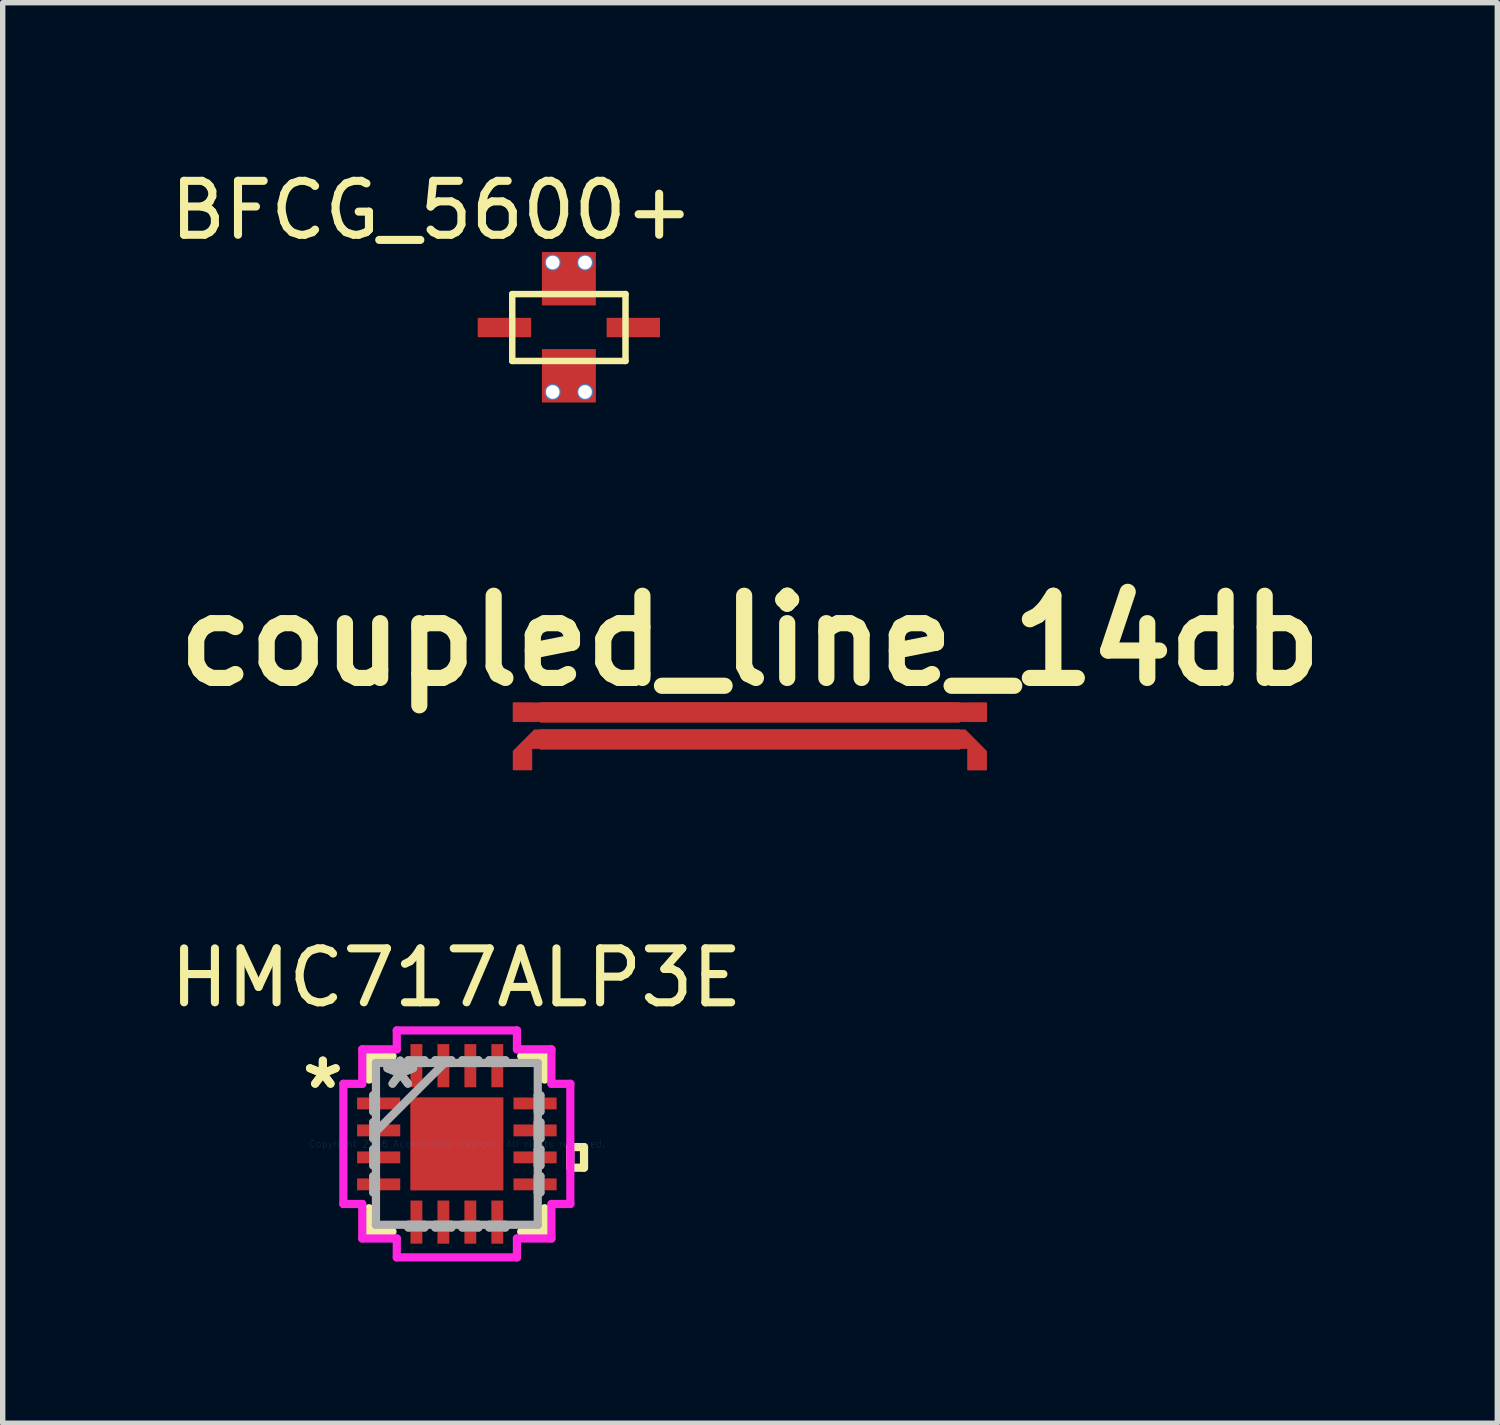
<source format=kicad_pcb>
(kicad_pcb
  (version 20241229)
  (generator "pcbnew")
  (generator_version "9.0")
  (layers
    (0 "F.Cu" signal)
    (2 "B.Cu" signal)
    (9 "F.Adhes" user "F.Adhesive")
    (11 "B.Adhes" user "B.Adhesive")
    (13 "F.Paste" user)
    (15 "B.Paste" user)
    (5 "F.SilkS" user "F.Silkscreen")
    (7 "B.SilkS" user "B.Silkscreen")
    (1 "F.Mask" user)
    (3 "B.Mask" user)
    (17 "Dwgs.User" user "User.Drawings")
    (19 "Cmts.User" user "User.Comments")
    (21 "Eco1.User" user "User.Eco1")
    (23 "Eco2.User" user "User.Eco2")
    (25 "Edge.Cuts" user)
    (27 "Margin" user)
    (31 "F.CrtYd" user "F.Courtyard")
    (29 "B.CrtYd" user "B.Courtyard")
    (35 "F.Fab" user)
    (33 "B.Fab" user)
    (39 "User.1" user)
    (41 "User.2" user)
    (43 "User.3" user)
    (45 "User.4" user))
  (footprint "BFCG_5600+"
    (layer "F.Cu")
    (at 7.498 2.118)
    (property "Reference" "BFCG_5600+" (at -2.54 -1.27 0) (layer "F.SilkS") (effects (font (size 1 1) (thickness 0.15))))
    (attr through_hole)
    (fp_line (start -1.05 0.285) (end -1.05 1.525) (stroke (width 0.12) (type solid)) (layer "F.SilkS"))
    (fp_line (start -1.05 0.285) (end 1.05 0.285) (stroke (width 0.12) (type solid)) (layer "F.SilkS"))
    (fp_line (start -1.05 1.525) (end 1.05 1.525) (stroke (width 0.12) (type solid)) (layer "F.SilkS"))
    (fp_line (start 1.05 0.285) (end 1.05 1.525) (stroke (width 0.12) (type solid)) (layer "F.SilkS"))
    (pad "1" smd rect (at -1.195 0.905) (size 0.99 0.36) (layers "F.Cu" "F.Mask" "F.Paste"))
    (pad "2" smd rect (at 0 1.8) (size 1 0.99) (layers "F.Cu" "F.Mask" "F.Paste"))
    (pad "3" smd rect (at 1.195 0.905) (size 0.99 0.36) (layers "F.Cu" "F.Mask" "F.Paste"))
    (pad "4" thru_hole circle (at -0.3 -0.3) (size 0.3 0.3) (drill 0.254) (layers "*.Cu"))
    (pad "4" thru_hole circle (at -0.3 2.1) (size 0.3 0.3) (drill 0.254) (layers "*.Cu"))
    (pad "4" smd rect (at 0 0) (size 1 0.99) (layers "F.Cu" "F.Mask" "F.Paste"))
    (pad "4" thru_hole circle (at 0.3 -0.3) (size 0.3 0.3) (drill 0.254) (layers "*.Cu"))
    (pad "4" thru_hole circle (at 0.3 2.1) (size 0.3 0.3) (drill 0.254) (layers "*.Cu")))
  (footprint "coupled_line_14db"
    (layer "F.Cu")
    (at 10.852 10.599)
    (property "Reference" "coupled_line_14db" (at 0.005 -1.768 0) (layer "F.SilkS") (effects (font (size 1.524 1.524) (thickness 0.3))))
    (attr through_hole)
    (fp_poly (pts (xy 3.89 -0.618) (xy 4.39 -0.618) (xy 4.39 -0.266) (xy 3.89 -0.266) (xy 3.89 -0.257) (xy -3.889 -0.257) (xy -3.889 -0.266) (xy -4.389 -0.266) (xy -4.389 -0.618) (xy -3.889 -0.618) (xy -3.889 -0.627) (xy 3.89 -0.627) (xy 3.89 -0.618)) (stroke (width 0.01) (type solid)) (fill yes) (layer "F.Cu"))
    (fp_poly (pts (xy 3.89 -0.117) (xy 3.997 -0.117) (xy 4.39 0.277) (xy 4.39 0.628) (xy 4.04 0.628) (xy 4.04 0.235) (xy 3.89 0.235) (xy 3.89 0.244) (xy -3.889 0.244) (xy -3.889 0.235) (xy -4.039 0.235) (xy -4.039 0.628) (xy -4.389 0.628) (xy -4.389 0.277) (xy -3.996 -0.117) (xy -3.889 -0.117) (xy -3.889 -0.126) (xy 3.89 -0.126) (xy 3.89 -0.117)) (stroke (width 0.01) (type solid)) (fill yes) (layer "F.Cu"))
    (pad "1" smd rect (at -4.215 -0.443) (size 0.352 0.352) (layers "F.Cu" "F.Mask" "F.Paste"))
    (pad "2" smd rect (at 4.22 -0.443) (size 0.352 0.352) (layers "F.Cu" "F.Mask" "F.Paste"))
    (pad "3" smd rect (at 4.218 0.455) (size 0.352 0.352) (layers "F.Cu" "F.Mask" "F.Paste"))
    (pad "4" smd rect (at -4.213 0.453) (size 0.352 0.352) (layers "F.Cu" "F.Mask" "F.Paste")))
  (footprint "HMC717ALP3E"
    (layer "F.Cu")
    (at 5.421 18.16)
    (property "Reference" "HMC717ALP3E" (at -0.01 -3.08 0) (layer "F.SilkS") (effects (font (size 1 1) (thickness 0.15))))
    (attr through_hole)
    (fp_line (start -1.627 -1.627) (end -1.627 -1.193) (stroke (width 0.152) (type solid)) (layer "F.SilkS"))
    (fp_line (start -1.627 1.193) (end -1.627 1.627) (stroke (width 0.152) (type solid)) (layer "F.SilkS"))
    (fp_line (start -1.627 1.627) (end -1.193 1.627) (stroke (width 0.152) (type solid)) (layer "F.SilkS"))
    (fp_line (start -1.193 -1.627) (end -1.627 -1.627) (stroke (width 0.152) (type solid)) (layer "F.SilkS"))
    (fp_line (start 1.193 1.627) (end 1.627 1.627) (stroke (width 0.152) (type solid)) (layer "F.SilkS"))
    (fp_line (start 1.627 -1.627) (end 1.193 -1.627) (stroke (width 0.152) (type solid)) (layer "F.SilkS"))
    (fp_line (start 1.627 -1.193) (end 1.627 -1.627) (stroke (width 0.152) (type solid)) (layer "F.SilkS"))
    (fp_line (start 1.627 1.627) (end 1.627 1.193) (stroke (width 0.152) (type solid)) (layer "F.SilkS"))
    (fp_line (start 2.104 0.059) (end 2.358 0.059) (stroke (width 0.152) (type solid)) (layer "F.SilkS"))
    (fp_line (start 2.104 0.441) (end 2.104 0.059) (stroke (width 0.152) (type solid)) (layer "F.SilkS"))
    (fp_line (start 2.358 0.059) (end 2.358 0.441) (stroke (width 0.152) (type solid)) (layer "F.SilkS"))
    (fp_line (start 2.358 0.441) (end 2.104 0.441) (stroke (width 0.152) (type solid)) (layer "F.SilkS"))
    (fp_line (start -0.863 -0.863) (end -0.863 0.863) (stroke (width 0.152) (type solid)) (layer "F.Paste"))
    (fp_line (start -0.863 0.863) (end 0.863 0.863) (stroke (width 0.152) (type solid)) (layer "F.Paste"))
    (fp_line (start 0.863 -0.863) (end -0.863 -0.863) (stroke (width 0.152) (type solid)) (layer "F.Paste"))
    (fp_line (start 0.863 0.863) (end 0.863 -0.863) (stroke (width 0.152) (type solid)) (layer "F.Paste"))
    (fp_line (start -2.104 -1.114) (end -1.754 -1.114) (stroke (width 0.152) (type solid)) (layer "F.CrtYd"))
    (fp_line (start -2.104 1.114) (end -2.104 -1.114) (stroke (width 0.152) (type solid)) (layer "F.CrtYd"))
    (fp_line (start -1.754 -1.754) (end -1.114 -1.754) (stroke (width 0.152) (type solid)) (layer "F.CrtYd"))
    (fp_line (start -1.754 -1.114) (end -1.754 -1.754) (stroke (width 0.152) (type solid)) (layer "F.CrtYd"))
    (fp_line (start -1.754 1.114) (end -2.104 1.114) (stroke (width 0.152) (type solid)) (layer "F.CrtYd"))
    (fp_line (start -1.754 1.754) (end -1.754 1.114) (stroke (width 0.152) (type solid)) (layer "F.CrtYd"))
    (fp_line (start -1.114 -2.104) (end 1.114 -2.104) (stroke (width 0.152) (type solid)) (layer "F.CrtYd"))
    (fp_line (start -1.114 -1.754) (end -1.114 -2.104) (stroke (width 0.152) (type solid)) (layer "F.CrtYd"))
    (fp_line (start -1.114 1.754) (end -1.754 1.754) (stroke (width 0.152) (type solid)) (layer "F.CrtYd"))
    (fp_line (start -1.114 2.104) (end -1.114 1.754) (stroke (width 0.152) (type solid)) (layer "F.CrtYd"))
    (fp_line (start 1.114 -2.104) (end 1.114 -1.754) (stroke (width 0.152) (type solid)) (layer "F.CrtYd"))
    (fp_line (start 1.114 -1.754) (end 1.754 -1.754) (stroke (width 0.152) (type solid)) (layer "F.CrtYd"))
    (fp_line (start 1.114 1.754) (end 1.114 2.104) (stroke (width 0.152) (type solid)) (layer "F.CrtYd"))
    (fp_line (start 1.114 2.104) (end -1.114 2.104) (stroke (width 0.152) (type solid)) (layer "F.CrtYd"))
    (fp_line (start 1.754 -1.754) (end 1.754 -1.114) (stroke (width 0.152) (type solid)) (layer "F.CrtYd"))
    (fp_line (start 1.754 -1.114) (end 2.104 -1.114) (stroke (width 0.152) (type solid)) (layer "F.CrtYd"))
    (fp_line (start 1.754 1.114) (end 1.754 1.754) (stroke (width 0.152) (type solid)) (layer "F.CrtYd"))
    (fp_line (start 1.754 1.754) (end 1.114 1.754) (stroke (width 0.152) (type solid)) (layer "F.CrtYd"))
    (fp_line (start 2.104 -1.114) (end 2.104 1.114) (stroke (width 0.152) (type solid)) (layer "F.CrtYd"))
    (fp_line (start 2.104 1.114) (end 1.754 1.114) (stroke (width 0.152) (type solid)) (layer "F.CrtYd"))
    (fp_line (start -1.55 -0.9) (end -1.55 -0.6) (stroke (width 0.152) (type solid)) (layer "F.Fab"))
    (fp_line (start -1.55 -0.6) (end -1.5 -0.6) (stroke (width 0.152) (type solid)) (layer "F.Fab"))
    (fp_line (start -1.55 -0.4) (end -1.55 -0.1) (stroke (width 0.152) (type solid)) (layer "F.Fab"))
    (fp_line (start -1.55 -0.1) (end -1.5 -0.1) (stroke (width 0.152) (type solid)) (layer "F.Fab"))
    (fp_line (start -1.55 0.1) (end -1.55 0.4) (stroke (width 0.152) (type solid)) (layer "F.Fab"))
    (fp_line (start -1.55 0.4) (end -1.5 0.4) (stroke (width 0.152) (type solid)) (layer "F.Fab"))
    (fp_line (start -1.55 0.6) (end -1.55 0.9) (stroke (width 0.152) (type solid)) (layer "F.Fab"))
    (fp_line (start -1.55 0.9) (end -1.5 0.9) (stroke (width 0.152) (type solid)) (layer "F.Fab"))
    (fp_line (start -1.5 -1.5) (end -1.5 -1.5) (stroke (width 0.152) (type solid)) (layer "F.Fab"))
    (fp_line (start -1.5 -1.5) (end -1.5 1.5) (stroke (width 0.152) (type solid)) (layer "F.Fab"))
    (fp_line (start -1.5 -0.9) (end -1.55 -0.9) (stroke (width 0.152) (type solid)) (layer "F.Fab"))
    (fp_line (start -1.5 -0.6) (end -1.5 -0.9) (stroke (width 0.152) (type solid)) (layer "F.Fab"))
    (fp_line (start -1.5 -0.4) (end -1.55 -0.4) (stroke (width 0.152) (type solid)) (layer "F.Fab"))
    (fp_line (start -1.5 -0.23) (end -0.23 -1.5) (stroke (width 0.152) (type solid)) (layer "F.Fab"))
    (fp_line (start -1.5 -0.1) (end -1.5 -0.4) (stroke (width 0.152) (type solid)) (layer "F.Fab"))
    (fp_line (start -1.5 0.1) (end -1.55 0.1) (stroke (width 0.152) (type solid)) (layer "F.Fab"))
    (fp_line (start -1.5 0.4) (end -1.5 0.1) (stroke (width 0.152) (type solid)) (layer "F.Fab"))
    (fp_line (start -1.5 0.6) (end -1.55 0.6) (stroke (width 0.152) (type solid)) (layer "F.Fab"))
    (fp_line (start -1.5 0.9) (end -1.5 0.6) (stroke (width 0.152) (type solid)) (layer "F.Fab"))
    (fp_line (start -1.5 1.5) (end -1.5 1.5) (stroke (width 0.152) (type solid)) (layer "F.Fab"))
    (fp_line (start -1.5 1.5) (end 1.5 1.5) (stroke (width 0.152) (type solid)) (layer "F.Fab"))
    (fp_line (start -0.9 -1.55) (end -0.9 -1.5) (stroke (width 0.152) (type solid)) (layer "F.Fab"))
    (fp_line (start -0.9 -1.5) (end -0.6 -1.5) (stroke (width 0.152) (type solid)) (layer "F.Fab"))
    (fp_line (start -0.9 1.5) (end -0.9 1.55) (stroke (width 0.152) (type solid)) (layer "F.Fab"))
    (fp_line (start -0.9 1.55) (end -0.6 1.55) (stroke (width 0.152) (type solid)) (layer "F.Fab"))
    (fp_line (start -0.6 -1.55) (end -0.9 -1.55) (stroke (width 0.152) (type solid)) (layer "F.Fab"))
    (fp_line (start -0.6 -1.5) (end -0.6 -1.55) (stroke (width 0.152) (type solid)) (layer "F.Fab"))
    (fp_line (start -0.6 1.5) (end -0.9 1.5) (stroke (width 0.152) (type solid)) (layer "F.Fab"))
    (fp_line (start -0.6 1.55) (end -0.6 1.5) (stroke (width 0.152) (type solid)) (layer "F.Fab"))
    (fp_line (start -0.4 -1.55) (end -0.4 -1.5) (stroke (width 0.152) (type solid)) (layer "F.Fab"))
    (fp_line (start -0.4 -1.5) (end -0.1 -1.5) (stroke (width 0.152) (type solid)) (layer "F.Fab"))
    (fp_line (start -0.4 1.5) (end -0.4 1.55) (stroke (width 0.152) (type solid)) (layer "F.Fab"))
    (fp_line (start -0.4 1.55) (end -0.1 1.55) (stroke (width 0.152) (type solid)) (layer "F.Fab"))
    (fp_line (start -0.1 -1.55) (end -0.4 -1.55) (stroke (width 0.152) (type solid)) (layer "F.Fab"))
    (fp_line (start -0.1 -1.5) (end -0.1 -1.55) (stroke (width 0.152) (type solid)) (layer "F.Fab"))
    (fp_line (start -0.1 1.5) (end -0.4 1.5) (stroke (width 0.152) (type solid)) (layer "F.Fab"))
    (fp_line (start -0.1 1.55) (end -0.1 1.5) (stroke (width 0.152) (type solid)) (layer "F.Fab"))
    (fp_line (start 0.1 -1.55) (end 0.1 -1.5) (stroke (width 0.152) (type solid)) (layer "F.Fab"))
    (fp_line (start 0.1 -1.5) (end 0.4 -1.5) (stroke (width 0.152) (type solid)) (layer "F.Fab"))
    (fp_line (start 0.1 1.5) (end 0.1 1.55) (stroke (width 0.152) (type solid)) (layer "F.Fab"))
    (fp_line (start 0.1 1.55) (end 0.4 1.55) (stroke (width 0.152) (type solid)) (layer "F.Fab"))
    (fp_line (start 0.4 -1.55) (end 0.1 -1.55) (stroke (width 0.152) (type solid)) (layer "F.Fab"))
    (fp_line (start 0.4 -1.5) (end 0.4 -1.55) (stroke (width 0.152) (type solid)) (layer "F.Fab"))
    (fp_line (start 0.4 1.5) (end 0.1 1.5) (stroke (width 0.152) (type solid)) (layer "F.Fab"))
    (fp_line (start 0.4 1.55) (end 0.4 1.5) (stroke (width 0.152) (type solid)) (layer "F.Fab"))
    (fp_line (start 0.6 -1.55) (end 0.6 -1.5) (stroke (width 0.152) (type solid)) (layer "F.Fab"))
    (fp_line (start 0.6 -1.5) (end 0.9 -1.5) (stroke (width 0.152) (type solid)) (layer "F.Fab"))
    (fp_line (start 0.6 1.5) (end 0.6 1.55) (stroke (width 0.152) (type solid)) (layer "F.Fab"))
    (fp_line (start 0.6 1.55) (end 0.9 1.55) (stroke (width 0.152) (type solid)) (layer "F.Fab"))
    (fp_line (start 0.9 -1.55) (end 0.6 -1.55) (stroke (width 0.152) (type solid)) (layer "F.Fab"))
    (fp_line (start 0.9 -1.5) (end 0.9 -1.55) (stroke (width 0.152) (type solid)) (layer "F.Fab"))
    (fp_line (start 0.9 1.5) (end 0.6 1.5) (stroke (width 0.152) (type solid)) (layer "F.Fab"))
    (fp_line (start 0.9 1.55) (end 0.9 1.5) (stroke (width 0.152) (type solid)) (layer "F.Fab"))
    (fp_line (start 1.5 -1.5) (end -1.5 -1.5) (stroke (width 0.152) (type solid)) (layer "F.Fab"))
    (fp_line (start 1.5 -1.5) (end 1.5 -1.5) (stroke (width 0.152) (type solid)) (layer "F.Fab"))
    (fp_line (start 1.5 -0.9) (end 1.5 -0.6) (stroke (width 0.152) (type solid)) (layer "F.Fab"))
    (fp_line (start 1.5 -0.6) (end 1.55 -0.6) (stroke (width 0.152) (type solid)) (layer "F.Fab"))
    (fp_line (start 1.5 -0.4) (end 1.5 -0.1) (stroke (width 0.152) (type solid)) (layer "F.Fab"))
    (fp_line (start 1.5 -0.1) (end 1.55 -0.1) (stroke (width 0.152) (type solid)) (layer "F.Fab"))
    (fp_line (start 1.5 0.1) (end 1.5 0.4) (stroke (width 0.152) (type solid)) (layer "F.Fab"))
    (fp_line (start 1.5 0.4) (end 1.55 0.4) (stroke (width 0.152) (type solid)) (layer "F.Fab"))
    (fp_line (start 1.5 0.6) (end 1.5 0.9) (stroke (width 0.152) (type solid)) (layer "F.Fab"))
    (fp_line (start 1.5 0.9) (end 1.55 0.9) (stroke (width 0.152) (type solid)) (layer "F.Fab"))
    (fp_line (start 1.5 1.5) (end 1.5 -1.5) (stroke (width 0.152) (type solid)) (layer "F.Fab"))
    (fp_line (start 1.5 1.5) (end 1.5 1.5) (stroke (width 0.152) (type solid)) (layer "F.Fab"))
    (fp_line (start 1.55 -0.9) (end 1.5 -0.9) (stroke (width 0.152) (type solid)) (layer "F.Fab"))
    (fp_line (start 1.55 -0.6) (end 1.55 -0.9) (stroke (width 0.152) (type solid)) (layer "F.Fab"))
    (fp_line (start 1.55 -0.4) (end 1.5 -0.4) (stroke (width 0.152) (type solid)) (layer "F.Fab"))
    (fp_line (start 1.55 -0.1) (end 1.55 -0.4) (stroke (width 0.152) (type solid)) (layer "F.Fab"))
    (fp_line (start 1.55 0.1) (end 1.5 0.1) (stroke (width 0.152) (type solid)) (layer "F.Fab"))
    (fp_line (start 1.55 0.4) (end 1.55 0.1) (stroke (width 0.152) (type solid)) (layer "F.Fab"))
    (fp_line (start 1.55 0.6) (end 1.5 0.6) (stroke (width 0.152) (type solid)) (layer "F.Fab"))
    (fp_line (start 1.55 0.9) (end 1.55 0.6) (stroke (width 0.152) (type solid)) (layer "F.Fab"))
    (fp_text user "*" (at -2.485 -1 0) (layer "F.SilkS") (effects (font (size 1 1) (thickness 0.15))))
    (fp_text user "*" (at -2.485 -1 0) (layer "F.SilkS") (effects (font (size 1 1) (thickness 0.15))))
    (fp_text user "Copyright 2016 Accelerated Designs. All rights reserved." (at 0 0 0) (layer "Cmts.User") (effects (font (size 0.127 0.127) (thickness 0.002))))
    (fp_text user "*" (at -1.05 -1 0) (layer "F.Fab") (effects (font (size 1 1) (thickness 0.15))))
    (fp_text user "*" (at -1.05 -1 0) (layer "F.Fab") (effects (font (size 1 1) (thickness 0.15))))
    (pad "1" smd rect (at -1.45 -0.75 90) (size 0.22 0.8) (layers "F.Cu" "F.Mask" "F.Paste"))
    (pad "2" smd rect (at -1.45 -0.25 90) (size 0.22 0.8) (layers "F.Cu" "F.Mask" "F.Paste"))
    (pad "3" smd rect (at -1.45 0.25 90) (size 0.22 0.8) (layers "F.Cu" "F.Mask" "F.Paste"))
    (pad "4" smd rect (at -1.45 0.75 90) (size 0.22 0.8) (layers "F.Cu" "F.Mask" "F.Paste"))
    (pad "5" smd rect (at -0.75 1.45) (size 0.22 0.8) (layers "F.Cu" "F.Mask" "F.Paste"))
    (pad "6" smd rect (at -0.25 1.45) (size 0.22 0.8) (layers "F.Cu" "F.Mask" "F.Paste"))
    (pad "7" smd rect (at 0.25 1.45) (size 0.22 0.8) (layers "F.Cu" "F.Mask" "F.Paste"))
    (pad "8" smd rect (at 0.75 1.45) (size 0.22 0.8) (layers "F.Cu" "F.Mask" "F.Paste"))
    (pad "9" smd rect (at 1.45 0.75 90) (size 0.22 0.8) (layers "F.Cu" "F.Mask" "F.Paste"))
    (pad "10" smd rect (at 1.45 0.25 90) (size 0.22 0.8) (layers "F.Cu" "F.Mask" "F.Paste"))
    (pad "11" smd rect (at 1.45 -0.25 90) (size 0.22 0.8) (layers "F.Cu" "F.Mask" "F.Paste"))
    (pad "12" smd rect (at 1.45 -0.75 90) (size 0.22 0.8) (layers "F.Cu" "F.Mask" "F.Paste"))
    (pad "13" smd rect (at 0.75 -1.45) (size 0.22 0.8) (layers "F.Cu" "F.Mask" "F.Paste"))
    (pad "14" smd rect (at 0.25 -1.45) (size 0.22 0.8) (layers "F.Cu" "F.Mask" "F.Paste"))
    (pad "15" smd rect (at -0.25 -1.45) (size 0.22 0.8) (layers "F.Cu" "F.Mask" "F.Paste"))
    (pad "16" smd rect (at -0.75 -1.45) (size 0.22 0.8) (layers "F.Cu" "F.Mask" "F.Paste"))
    (pad "17" smd rect (at 0 0) (size 1.725 1.725) (layers "F.Cu" "F.Mask" "F.Paste")))
  (gr_rect
    (start -3 -3)
    (end 24.713 23.34)
    (stroke (width 0.1) (type default))
    (fill no)
    (layer "Edge.Cuts")))
</source>
